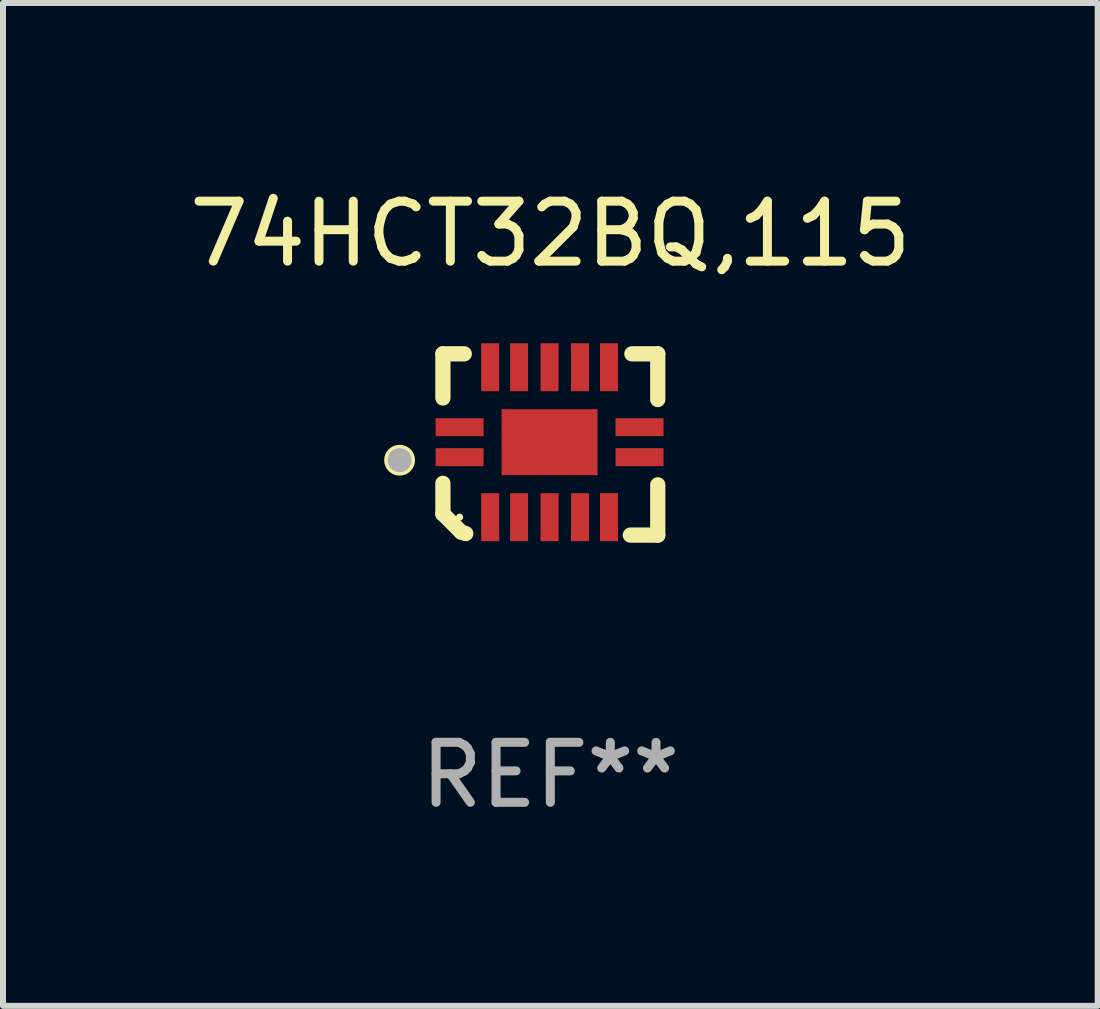
<source format=kicad_pcb>
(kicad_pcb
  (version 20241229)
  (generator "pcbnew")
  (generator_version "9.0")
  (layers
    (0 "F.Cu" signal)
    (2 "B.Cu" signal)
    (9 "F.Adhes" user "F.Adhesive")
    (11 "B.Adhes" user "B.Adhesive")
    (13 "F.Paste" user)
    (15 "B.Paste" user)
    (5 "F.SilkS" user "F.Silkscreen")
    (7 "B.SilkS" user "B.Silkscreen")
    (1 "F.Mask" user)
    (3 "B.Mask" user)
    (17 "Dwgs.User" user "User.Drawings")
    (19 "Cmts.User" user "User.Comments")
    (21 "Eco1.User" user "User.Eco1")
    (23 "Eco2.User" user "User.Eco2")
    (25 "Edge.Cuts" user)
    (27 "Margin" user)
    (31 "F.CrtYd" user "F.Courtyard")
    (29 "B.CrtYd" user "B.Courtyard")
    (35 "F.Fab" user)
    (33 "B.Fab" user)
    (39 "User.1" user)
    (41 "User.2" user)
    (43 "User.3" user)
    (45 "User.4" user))
  (footprint "74HCT32BQ,115"
    (layer "F.Cu")
    (at 6.125 4.36)
    (property "Reference" "74HCT32BQ,115" (at 0 -3.511 0) (layer "F.SilkS") (effects (font (size 1 1) (thickness 0.15))))
    (attr through_hole)
    (fp_line (start -1.791 -1.511) (end -1.435 -1.511) (stroke (width 0.254) (type solid)) (layer "F.SilkS"))
    (fp_line (start -1.791 -0.775) (end -1.791 -1.511) (stroke (width 0.254) (type solid)) (layer "F.SilkS"))
    (fp_line (start -1.791 1.156) (end -1.791 0.648) (stroke (width 0.254) (type solid)) (layer "F.SilkS"))
    (fp_line (start -1.486 1.461) (end -1.791 1.156) (stroke (width 0.254) (type solid)) (layer "F.SilkS"))
    (fp_line (start -1.41 1.486) (end -1.486 1.461) (stroke (width 0.254) (type solid)) (layer "F.SilkS"))
    (fp_line (start 1.334 1.511) (end 1.791 1.511) (stroke (width 0.254) (type solid)) (layer "F.SilkS"))
    (fp_line (start 1.791 -1.511) (end 1.359 -1.511) (stroke (width 0.254) (type solid)) (layer "F.SilkS"))
    (fp_line (start 1.791 -0.749) (end 1.791 -1.511) (stroke (width 0.254) (type solid)) (layer "F.SilkS"))
    (fp_line (start 1.791 1.511) (end 1.791 0.673) (stroke (width 0.254) (type solid)) (layer "F.SilkS"))
    (fp_circle (center -2.513 0.262) (end -2.383 0.262) (stroke (width 0.254) (type solid)) (fill no) (layer "F.SilkS"))
    (fp_circle (center -1.513 1.212) (end -1.483 1.212) (stroke (width 0.06) (type solid)) (fill no) (layer "F.SilkS"))
    (fp_circle (center -2.513 0.262) (end -2.413 0.262) (stroke (width 0.2) (type solid)) (fill no) (layer "F.Fab"))
    (fp_text user "REF**" (at 0 5.511 0) (layer "F.Fab") (effects (font (size 1 1) (thickness 0.15))))
    (pad "1" smd rect (at -1.513 0.212) (size 0.8 0.3) (layers "F.Cu" "F.Mask" "F.Paste"))
    (pad "2" smd rect (at -1.003 1.212) (size 0.3 0.8) (layers "F.Cu" "F.Mask" "F.Paste"))
    (pad "3" smd rect (at -0.521 1.212) (size 0.3 0.8) (layers "F.Cu" "F.Mask" "F.Paste"))
    (pad "4" smd rect (at -0.013 1.212) (size 0.3 0.8) (layers "F.Cu" "F.Mask" "F.Paste"))
    (pad "5" smd rect (at 0.495 1.212) (size 0.3 0.8) (layers "F.Cu" "F.Mask" "F.Paste"))
    (pad "6" smd rect (at 0.978 1.212) (size 0.3 0.8) (layers "F.Cu" "F.Mask" "F.Paste"))
    (pad "7" smd rect (at 1.487 0.212) (size 0.8 0.3) (layers "F.Cu" "F.Mask" "F.Paste"))
    (pad "8" smd rect (at 1.487 -0.288) (size 0.8 0.3) (layers "F.Cu" "F.Mask" "F.Paste"))
    (pad "9" smd rect (at 0.978 -1.288) (size 0.3 0.8) (layers "F.Cu" "F.Mask" "F.Paste"))
    (pad "10" smd rect (at 0.495 -1.288) (size 0.3 0.8) (layers "F.Cu" "F.Mask" "F.Paste"))
    (pad "11" smd rect (at -0.013 -1.288) (size 0.3 0.8) (layers "F.Cu" "F.Mask" "F.Paste"))
    (pad "12" smd rect (at -0.521 -1.288) (size 0.3 0.8) (layers "F.Cu" "F.Mask" "F.Paste"))
    (pad "13" smd rect (at -1.003 -1.288) (size 0.3 0.8) (layers "F.Cu" "F.Mask" "F.Paste"))
    (pad "14" smd rect (at -1.513 -0.288) (size 0.8 0.3) (layers "F.Cu" "F.Mask" "F.Paste"))
    (pad "15" smd rect (at -0.013 -0.038 90) (size 1.1 1.6) (layers "F.Cu" "F.Mask" "F.Paste")))
  (gr_rect
    (start -3 -3)
    (end 15.25 13.719)
    (stroke (width 0.1) (type default))
    (fill no)
    (layer "Edge.Cuts")))
</source>
